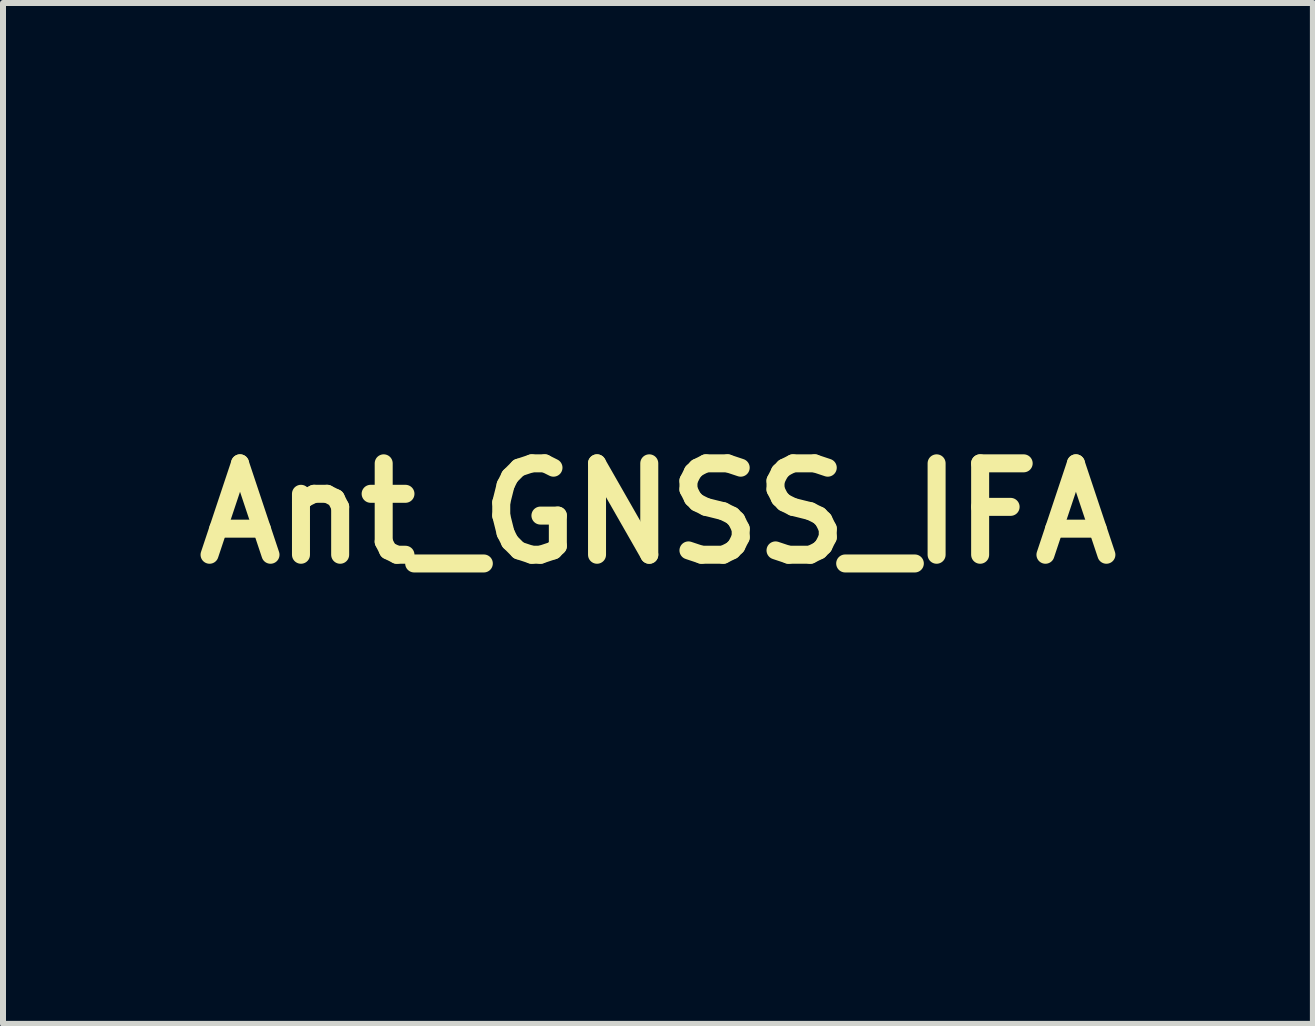
<source format=kicad_pcb>
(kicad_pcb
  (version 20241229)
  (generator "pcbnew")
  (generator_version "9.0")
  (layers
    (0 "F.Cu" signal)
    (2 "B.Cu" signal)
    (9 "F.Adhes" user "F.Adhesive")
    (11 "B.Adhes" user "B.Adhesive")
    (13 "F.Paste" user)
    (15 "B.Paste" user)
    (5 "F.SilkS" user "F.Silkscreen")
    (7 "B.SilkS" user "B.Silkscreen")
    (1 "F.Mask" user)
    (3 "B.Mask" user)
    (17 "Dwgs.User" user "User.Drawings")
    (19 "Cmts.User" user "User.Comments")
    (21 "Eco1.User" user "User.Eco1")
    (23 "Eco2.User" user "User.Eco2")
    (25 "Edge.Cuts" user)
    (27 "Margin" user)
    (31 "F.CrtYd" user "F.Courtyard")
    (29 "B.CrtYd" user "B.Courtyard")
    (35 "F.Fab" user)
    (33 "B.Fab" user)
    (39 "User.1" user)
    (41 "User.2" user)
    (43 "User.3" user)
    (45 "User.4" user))
  (footprint "Ant_GNSS_IFA"
    (layer "F.Cu")
    (at 7.918 5.508)
    (property "Reference" "Ant_GNSS_IFA" (at 0 0 0) (layer "F.SilkS") (effects (font (size 1.524 1.524) (thickness 0.3))))
    (attr through_hole)
    (fp_poly (pts (xy -3.641 -4.995) (xy -4.995 -4.995) (xy -4.995 -3.387) (xy 5.503 -3.387) (xy 5.503 -0.762) (xy -4.995 -0.762) (xy -4.995 0.847) (xy 5.503 0.847) (xy 5.503 3.471) (xy -2.455 3.471) (xy -2.455 4.995) (xy -2.963 4.995) (xy -2.963 3.471) (xy -4.995 3.471) (xy -4.995 5.503) (xy -5.503 5.503) (xy -5.503 2.963) (xy 4.995 2.963) (xy 4.995 1.355) (xy -5.503 1.355) (xy -5.503 -1.27) (xy 4.995 -1.27) (xy 4.995 -2.879) (xy -5.503 -2.879) (xy -5.503 -5.503) (xy -3.641 -5.503) (xy -3.641 -4.995)) (stroke (width 0.01) (type solid)) (fill yes) (layer "F.Mask")))
  (gr_rect
    (start -3 -3)
    (end 18.835 14.017)
    (stroke (width 0.1) (type default))
    (fill no)
    (layer "Edge.Cuts")))
</source>
